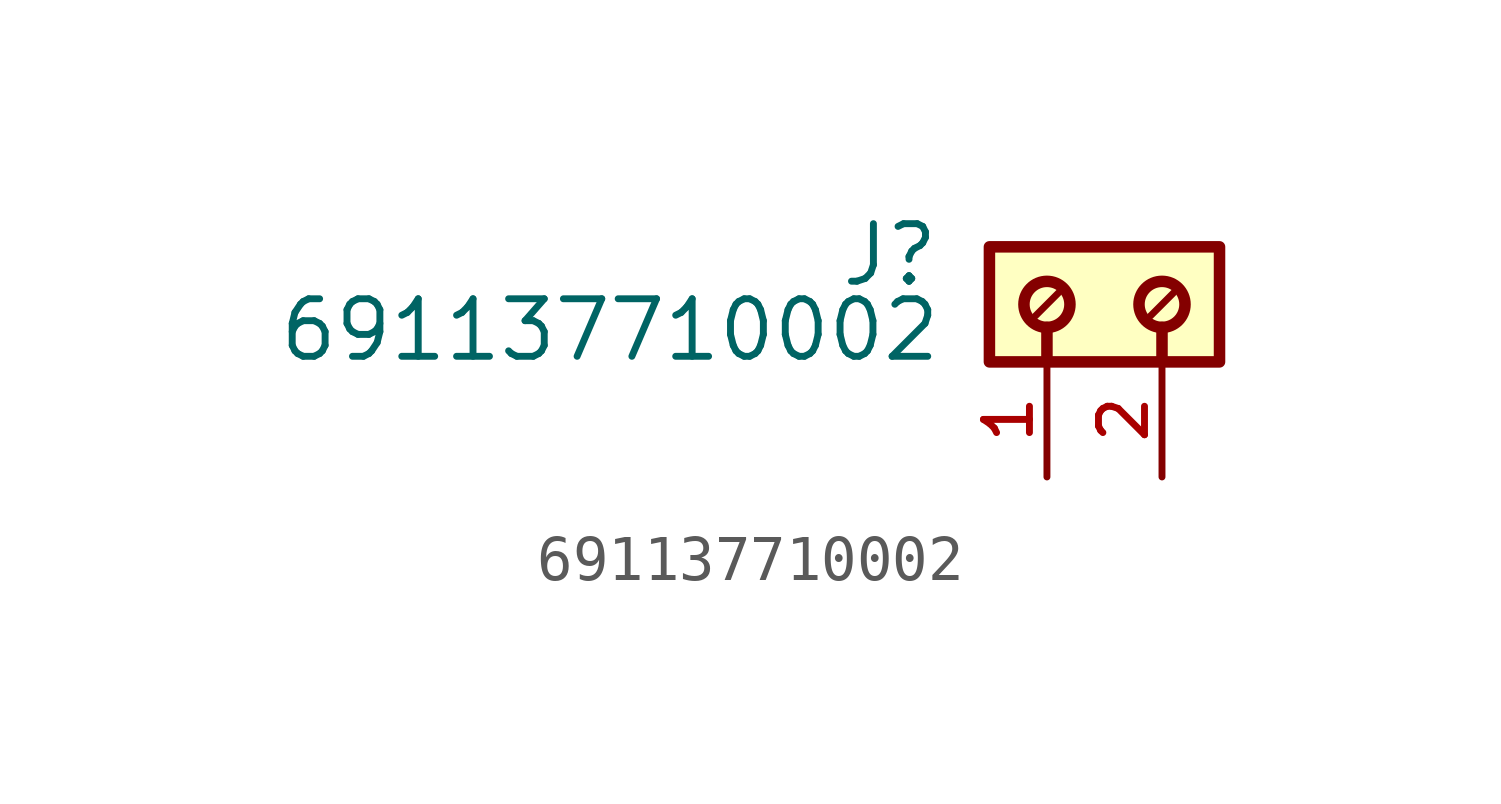
<source format=kicad_sym>
(kicad_symbol_lib
  (version 20211014)
  (generator kicad_symbol_editor)
  (symbol "691137710002"
    (pin_names
      (offset 1.016))
    (property "Reference" "J"
      (at -4.88 -0.922 0)
      (effects (font (size 1.27 1.27)) (justify bottom right)))
    (property "Value" "691137710002"
      (at -4.83 -2.58 0)
      (effects (font (size 1.27 1.27)) (justify bottom right)))
    (symbol "691137710002_0_0"
      (polyline (pts (xy -2.54 -1.778) (xy -2.54 -2.54)) (stroke (width 0.254)))
      (polyline (pts (xy 0.0 -1.778) (xy 0.0 -2.54)) (stroke (width 0.254)))
      (polyline (pts (xy -2.286 -1.016) (xy -2.794 -1.524)) (stroke (width 0.152)))
      (polyline (pts (xy 0.254 -1.016) (xy -0.254 -1.524)) (stroke (width 0.152)))
      (circle (center -2.54 -1.27) (radius 0.508) (stroke (width 0.254)) (fill (type none)))
      (circle (center 0.0 -1.27) (radius 0.508) (stroke (width 0.254)) (fill (type none)))
      (rectangle (start -3.81 -2.54) (end 1.27 -2.22044604925e-16) (stroke (width 0.254)) (fill (type background)))
      (pin passive line (at -2.54 -5.08 90.0) (length 2.54) (name "~" (effects (font (size 1.016 1.016)))) (number "1" (effects (font (size 1.016 1.016)))))
      (pin passive line (at 0.0 -5.08 90.0) (length 2.54) (name "~" (effects (font (size 1.016 1.016)))) (number "2" (effects (font (size 1.016 1.016))))))))
</source>
